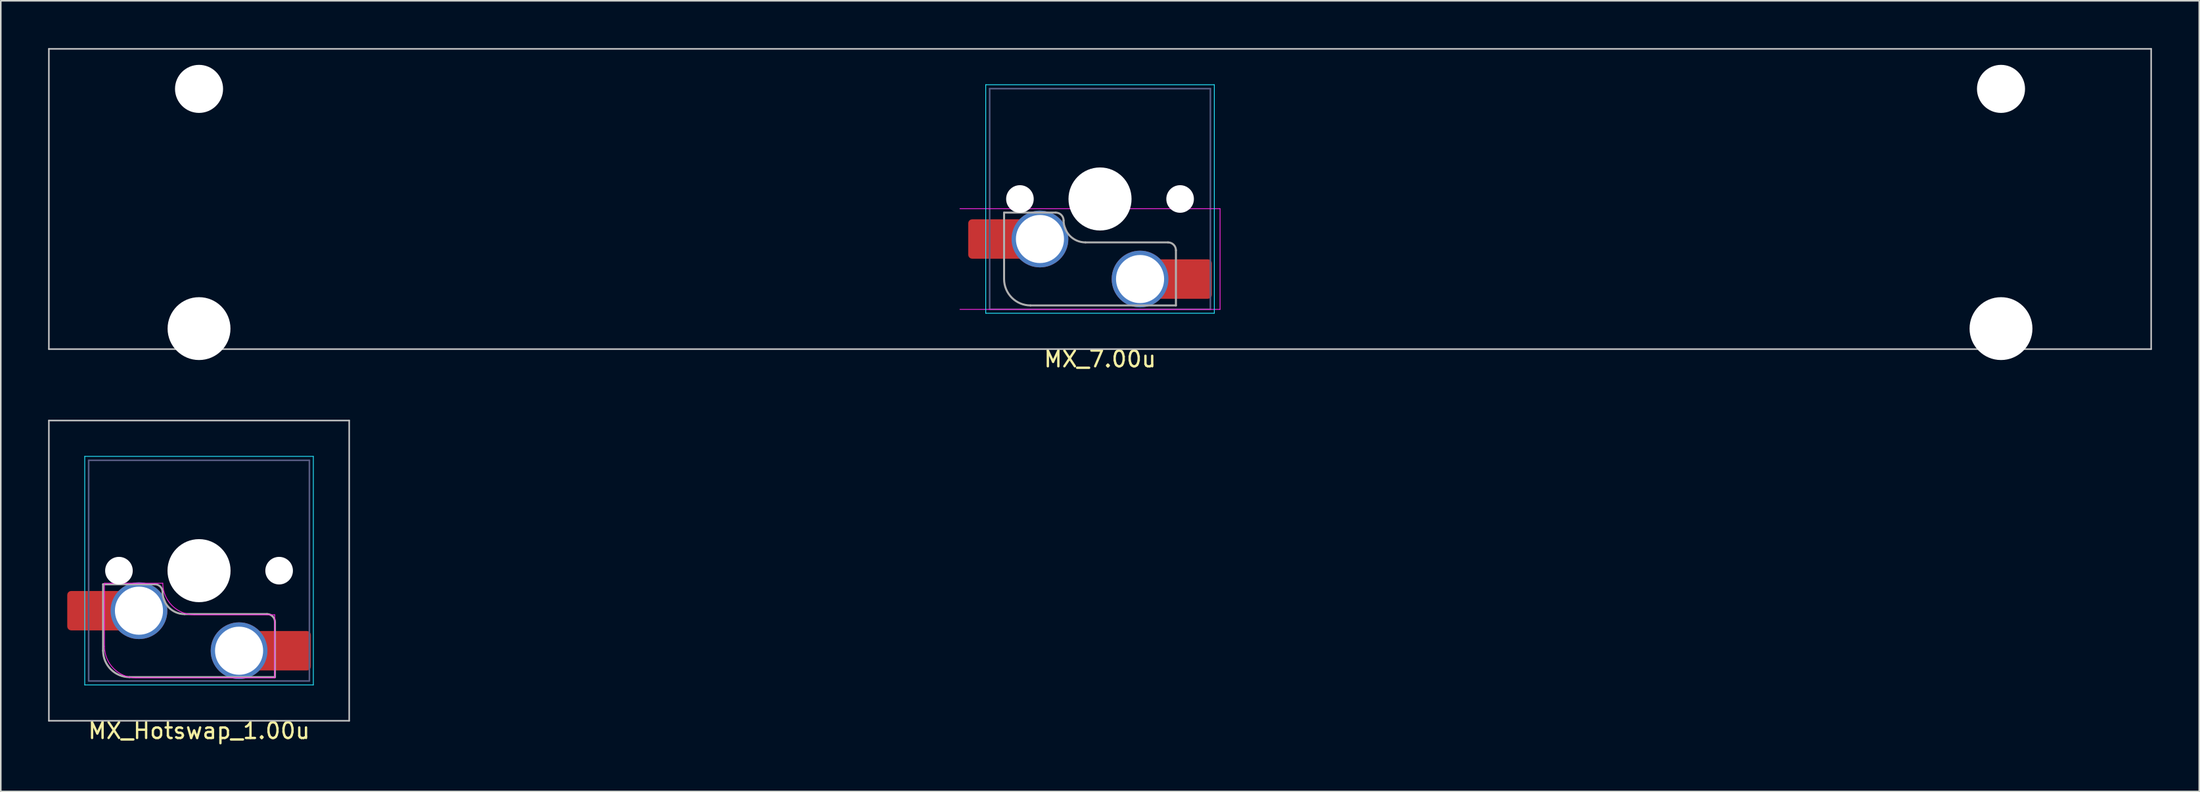
<source format=kicad_pcb>
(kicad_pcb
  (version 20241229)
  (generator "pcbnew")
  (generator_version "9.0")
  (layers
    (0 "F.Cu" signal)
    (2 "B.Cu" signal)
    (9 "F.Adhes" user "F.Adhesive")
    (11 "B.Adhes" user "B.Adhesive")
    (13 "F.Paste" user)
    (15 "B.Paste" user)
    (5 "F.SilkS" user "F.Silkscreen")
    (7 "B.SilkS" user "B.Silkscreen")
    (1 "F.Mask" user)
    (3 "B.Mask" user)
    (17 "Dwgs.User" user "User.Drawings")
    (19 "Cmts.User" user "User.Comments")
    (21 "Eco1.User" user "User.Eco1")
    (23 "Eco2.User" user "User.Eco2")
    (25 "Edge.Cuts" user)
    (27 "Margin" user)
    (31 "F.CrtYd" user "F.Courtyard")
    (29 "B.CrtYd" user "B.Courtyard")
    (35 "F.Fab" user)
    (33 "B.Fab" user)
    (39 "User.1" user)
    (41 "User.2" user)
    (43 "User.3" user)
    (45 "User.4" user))
  (footprint "MX_7.00u"
    (layer "F.Cu")
    (at 66.09 13.385)
    (property "Reference" "MX_7.00u" (at 0.635 6.35 0) (layer "F.SilkS") (effects (font (size 1 1) (thickness 0.15))))
    (attr smd)
    (fp_line (start -66.04 -13.335) (end -66.04 5.715) (stroke (width 0.1) (type solid)) (layer "Dwgs.User"))
    (fp_line (start -66.04 5.715) (end 67.31 5.715) (stroke (width 0.1) (type solid)) (layer "Dwgs.User"))
    (fp_line (start 67.31 -13.335) (end -66.04 -13.335) (stroke (width 0.1) (type solid)) (layer "Dwgs.User"))
    (fp_line (start 67.31 5.715) (end 67.31 -13.335) (stroke (width 0.1) (type solid)) (layer "Dwgs.User"))
    (fp_line (start -59.89 -9.34) (end -59.89 2.96) (stroke (width 0.1) (type solid)) (layer "Eco1.User"))
    (fp_line (start -59.89 2.96) (end -53.14 2.96) (stroke (width 0.1) (type solid)) (layer "Eco1.User"))
    (fp_line (start -53.14 -9.34) (end -59.89 -9.34) (stroke (width 0.1) (type solid)) (layer "Eco1.User"))
    (fp_line (start -53.14 2.96) (end -53.14 -9.34) (stroke (width 0.1) (type solid)) (layer "Eco1.User"))
    (fp_line (start 54.41 -9.34) (end 54.41 2.96) (stroke (width 0.1) (type solid)) (layer "Eco1.User"))
    (fp_line (start 54.41 2.96) (end 61.16 2.96) (stroke (width 0.1) (type solid)) (layer "Eco1.User"))
    (fp_line (start 61.16 -9.34) (end 54.41 -9.34) (stroke (width 0.1) (type solid)) (layer "Eco1.User"))
    (fp_line (start 61.16 2.96) (end 61.16 -9.34) (stroke (width 0.1) (type solid)) (layer "Eco1.User"))
    (fp_line (start -6.615 -11.06) (end -6.615 3.44) (stroke (width 0.05) (type solid)) (layer "B.CrtYd"))
    (fp_line (start -6.615 3.44) (end 7.885 3.44) (stroke (width 0.05) (type solid)) (layer "B.CrtYd"))
    (fp_line (start 7.885 -11.06) (end -6.615 -11.06) (stroke (width 0.05) (type solid)) (layer "B.CrtYd"))
    (fp_line (start 7.885 3.44) (end 7.885 -11.06) (stroke (width 0.05) (type solid)) (layer "B.CrtYd"))
    (fp_line (start -8.25 -3.195) (end 8.25 -3.195) (stroke (width 0.05) (type solid)) (layer "F.CrtYd"))
    (fp_line (start 8.25 -3.195) (end 8.25 3.195) (stroke (width 0.05) (type solid)) (layer "F.CrtYd"))
    (fp_line (start 8.25 3.195) (end -8.25 3.195) (stroke (width 0.05) (type solid)) (layer "F.CrtYd"))
    (fp_line (start -6.365 -10.81) (end -6.365 3.19) (stroke (width 0.1) (type solid)) (layer "B.Fab"))
    (fp_line (start -6.365 3.19) (end 7.635 3.19) (stroke (width 0.1) (type solid)) (layer "B.Fab"))
    (fp_line (start 7.635 -10.81) (end -6.365 -10.81) (stroke (width 0.1) (type solid)) (layer "B.Fab"))
    (fp_line (start 7.635 3.19) (end 7.635 -10.81) (stroke (width 0.1) (type solid)) (layer "B.Fab"))
    (fp_line (start -5.45 -2.945) (end -2.175 -2.945) (stroke (width 0.127) (type solid)) (layer "F.Fab"))
    (fp_line (start -5.45 1.27) (end -5.45 -2.945) (stroke (width 0.127) (type solid)) (layer "F.Fab"))
    (fp_line (start -0.285 -1.055) (end 4.95 -1.055) (stroke (width 0.127) (type solid)) (layer "F.Fab"))
    (fp_line (start 5.45 -0.555) (end 5.45 2.945) (stroke (width 0.127) (type solid)) (layer "F.Fab"))
    (fp_line (start 5.45 2.945) (end -3.775 2.945) (stroke (width 0.127) (type solid)) (layer "F.Fab"))
    (fp_arc (start -3.775 2.945) (mid -4.959404 2.454404) (end -5.45 1.27) (stroke (width 0.127) (type solid)) (layer "F.Fab"))
    (fp_arc (start -2.175 -2.945) (mid -1.821447 -2.798553) (end -1.675 -2.445) (stroke (width 0.127) (type solid)) (layer "F.Fab"))
    (fp_arc (start -0.285 -1.055) (mid -1.267878 -1.462122) (end -1.675 -2.445) (stroke (width 0.127) (type solid)) (layer "F.Fab"))
    (fp_arc (start 4.95 -1.055) (mid 5.303553 -0.908553) (end 5.45 -0.555) (stroke (width 0.127) (type solid)) (layer "F.Fab"))
    (pad "" np_thru_hole circle (at -56.515 -10.795) (size 3.048 3.048) (drill 3.048) (layers "*.Cu" "*.Mask"))
    (pad "" np_thru_hole circle (at -56.515 4.415) (size 3.988 3.988) (drill 3.988) (layers "*.Cu" "*.Mask"))
    (pad "" np_thru_hole circle (at -4.445 -3.81 180) (size 1.75 1.75) (drill 1.75) (layers "*.Cu" "*.Mask"))
    (pad "" np_thru_hole circle (at 0.635 -3.81 180) (size 4 4) (drill 4) (layers "*.Cu" "*.Mask"))
    (pad "" np_thru_hole circle (at 5.715 -3.81 180) (size 1.75 1.75) (drill 1.75) (layers "*.Cu" "*.Mask"))
    (pad "" np_thru_hole circle (at 57.785 -10.795) (size 3.048 3.048) (drill 3.048) (layers "*.Cu" "*.Mask"))
    (pad "" np_thru_hole circle (at 57.785 4.415) (size 3.988 3.988) (drill 3.988) (layers "*.Cu" "*.Mask"))
    (pad "1" smd roundrect (at -5.95 -1.27 180) (size 3.55 2.5) (layers "F.Cu") (roundrect_rratio 0.1))
    (pad "1" thru_hole circle (at -3.175 -1.27 180) (size 3.6 3.6) (drill 3.05) (layers "*.Cu" "*.Mask"))
    (pad "2" thru_hole circle (at 3.175 1.27 180) (size 3.6 3.6) (drill 3.05) (layers "*.Cu" "*.Mask"))
    (pad "2" smd roundrect (at 5.955 1.27 180) (size 3.55 2.5) (layers "F.Cu") (roundrect_rratio 0.1)))
  (footprint "MX_Hotswap_1.00u"
    (layer "F.Cu")
    (at 8.94 36.968)
    (property "Reference" "MX_Hotswap_1.00u" (at 0.635 6.35 0) (layer "F.SilkS") (effects (font (size 1 1) (thickness 0.15))))
    (attr smd)
    (fp_line (start -8.89 -13.335) (end -8.89 5.715) (stroke (width 0.1) (type solid)) (layer "Dwgs.User"))
    (fp_line (start -8.89 5.715) (end 10.16 5.715) (stroke (width 0.1) (type solid)) (layer "Dwgs.User"))
    (fp_line (start 10.16 -13.335) (end -8.89 -13.335) (stroke (width 0.1) (type solid)) (layer "Dwgs.User"))
    (fp_line (start 10.16 5.715) (end 10.16 -13.335) (stroke (width 0.1) (type solid)) (layer "Dwgs.User"))
    (fp_line (start -6.615 -11.06) (end -6.615 3.44) (stroke (width 0.05) (type solid)) (layer "B.CrtYd"))
    (fp_line (start -6.615 3.44) (end 7.885 3.44) (stroke (width 0.05) (type solid)) (layer "B.CrtYd"))
    (fp_line (start 7.885 -11.06) (end -6.615 -11.06) (stroke (width 0.05) (type solid)) (layer "B.CrtYd"))
    (fp_line (start 7.885 3.44) (end 7.885 -11.06) (stroke (width 0.05) (type solid)) (layer "B.CrtYd"))
    (fp_line (start -5.365 0.99) (end -5.365 -3.01) (stroke (width 0.05) (type solid)) (layer "F.CrtYd"))
    (fp_line (start -1.665 -3.01) (end -5.365 -3.01) (stroke (width 0.05) (type solid)) (layer "F.CrtYd"))
    (fp_line (start 5.435 -1.01) (end 0.335 -1.01) (stroke (width 0.05) (type solid)) (layer "F.CrtYd"))
    (fp_line (start 5.435 -1.01) (end 5.435 2.99) (stroke (width 0.05) (type solid)) (layer "F.CrtYd"))
    (fp_line (start 5.435 2.99) (end -3.365 2.99) (stroke (width 0.05) (type solid)) (layer "F.CrtYd"))
    (fp_arc (start -3.365 2.99) (mid -4.779214 2.404214) (end -5.365 0.99) (stroke (width 0.05) (type solid)) (layer "F.CrtYd"))
    (fp_arc (start 0.335 -1.01) (mid -1.079214 -1.595786) (end -1.665 -3.01) (stroke (width 0.05) (type solid)) (layer "F.CrtYd"))
    (fp_line (start -6.365 -10.81) (end -6.365 3.19) (stroke (width 0.1) (type solid)) (layer "B.Fab"))
    (fp_line (start -6.365 3.19) (end 7.635 3.19) (stroke (width 0.1) (type solid)) (layer "B.Fab"))
    (fp_line (start 7.635 -10.81) (end -6.365 -10.81) (stroke (width 0.1) (type solid)) (layer "B.Fab"))
    (fp_line (start 7.635 3.19) (end 7.635 -10.81) (stroke (width 0.1) (type solid)) (layer "B.Fab"))
    (fp_line (start -5.45 -2.945) (end -2.175 -2.945) (stroke (width 0.127) (type solid)) (layer "F.Fab"))
    (fp_line (start -5.45 1.27) (end -5.45 -2.945) (stroke (width 0.127) (type solid)) (layer "F.Fab"))
    (fp_line (start -0.285 -1.055) (end 4.95 -1.055) (stroke (width 0.127) (type solid)) (layer "F.Fab"))
    (fp_line (start 5.45 -0.555) (end 5.45 2.945) (stroke (width 0.127) (type solid)) (layer "F.Fab"))
    (fp_line (start 5.45 2.945) (end -3.775 2.945) (stroke (width 0.127) (type solid)) (layer "F.Fab"))
    (fp_arc (start -3.775 2.945) (mid -4.959404 2.454404) (end -5.45 1.27) (stroke (width 0.127) (type solid)) (layer "F.Fab"))
    (fp_arc (start -2.175 -2.945) (mid -1.821447 -2.798553) (end -1.675 -2.445) (stroke (width 0.127) (type solid)) (layer "F.Fab"))
    (fp_arc (start -0.285 -1.055) (mid -1.267878 -1.462122) (end -1.675 -2.445) (stroke (width 0.127) (type solid)) (layer "F.Fab"))
    (fp_arc (start 4.95 -1.055) (mid 5.303553 -0.908553) (end 5.45 -0.555) (stroke (width 0.127) (type solid)) (layer "F.Fab"))
    (pad "" np_thru_hole circle (at -4.445 -3.81 180) (size 1.75 1.75) (drill 1.75) (layers "*.Cu" "*.Mask"))
    (pad "" np_thru_hole circle (at 0.635 -3.81 180) (size 4 4) (drill 4) (layers "*.Cu" "*.Mask"))
    (pad "" np_thru_hole circle (at 5.715 -3.81 180) (size 1.75 1.75) (drill 1.75) (layers "*.Cu" "*.Mask"))
    (pad "1" smd roundrect (at -5.95 -1.27 180) (size 3.55 2.5) (layers "F.Cu") (roundrect_rratio 0.1))
    (pad "1" thru_hole circle (at -3.175 -1.27 180) (size 3.6 3.6) (drill 3.05) (layers "*.Cu" "*.Mask"))
    (pad "2" thru_hole circle (at 3.175 1.27 180) (size 3.6 3.6) (drill 3.05) (layers "*.Cu" "*.Mask"))
    (pad "2" smd roundrect (at 5.955 1.27 180) (size 3.55 2.5) (layers "F.Cu") (roundrect_rratio 0.1)))
  (gr_rect
    (start -3 -3)
    (end 136.45 47.166)
    (stroke (width 0.1) (type default))
    (fill no)
    (layer "Edge.Cuts")))
</source>
